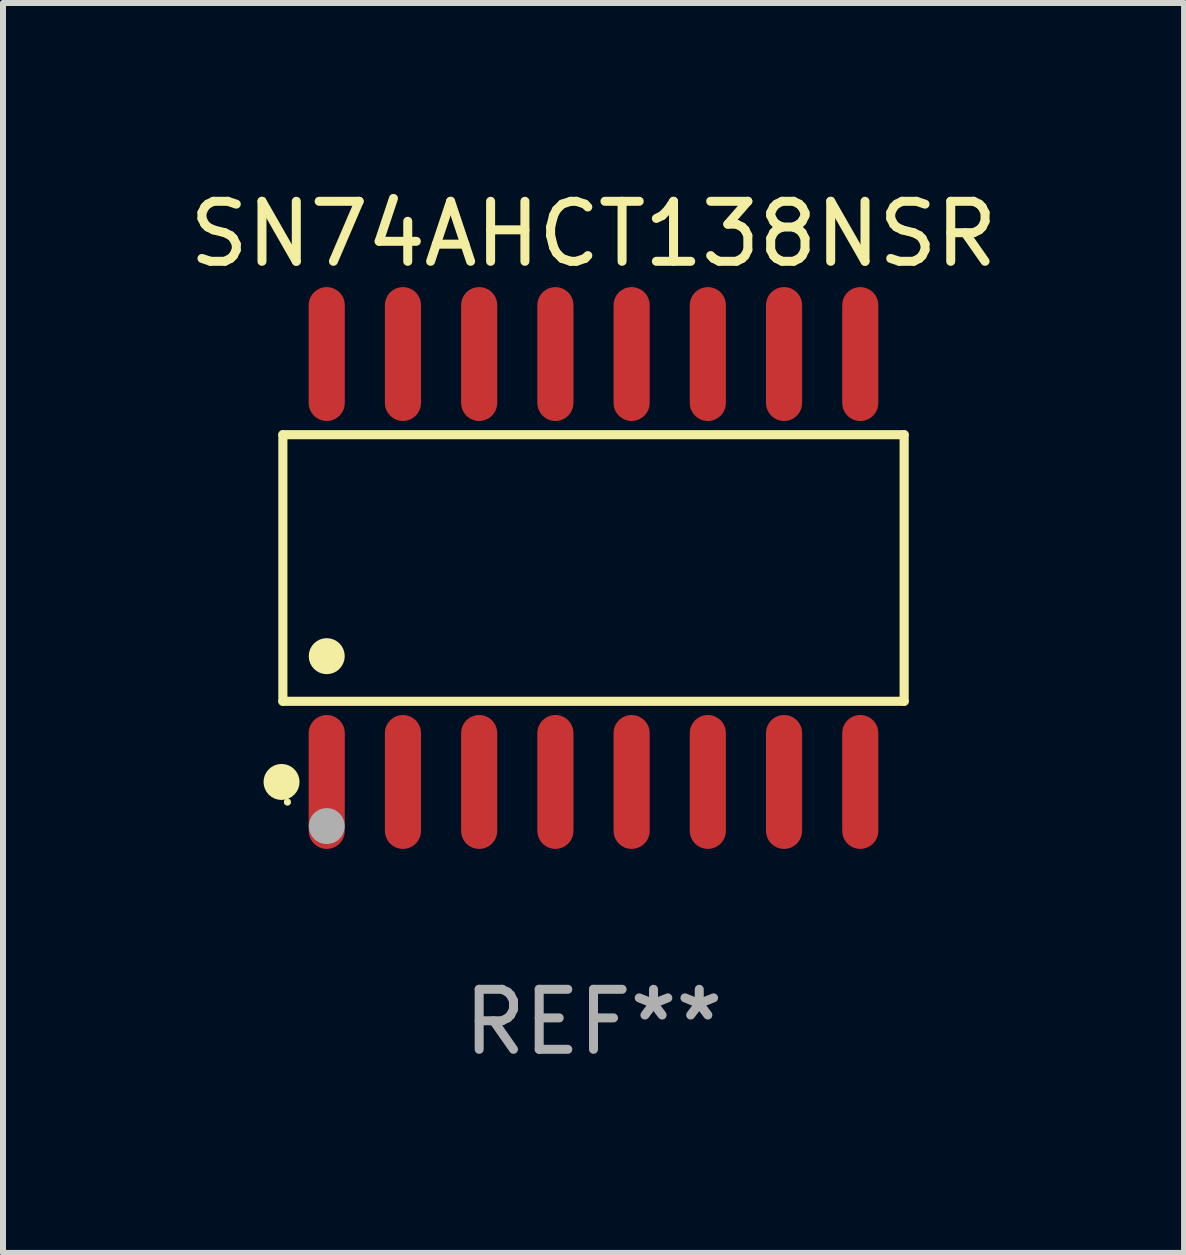
<source format=kicad_pcb>
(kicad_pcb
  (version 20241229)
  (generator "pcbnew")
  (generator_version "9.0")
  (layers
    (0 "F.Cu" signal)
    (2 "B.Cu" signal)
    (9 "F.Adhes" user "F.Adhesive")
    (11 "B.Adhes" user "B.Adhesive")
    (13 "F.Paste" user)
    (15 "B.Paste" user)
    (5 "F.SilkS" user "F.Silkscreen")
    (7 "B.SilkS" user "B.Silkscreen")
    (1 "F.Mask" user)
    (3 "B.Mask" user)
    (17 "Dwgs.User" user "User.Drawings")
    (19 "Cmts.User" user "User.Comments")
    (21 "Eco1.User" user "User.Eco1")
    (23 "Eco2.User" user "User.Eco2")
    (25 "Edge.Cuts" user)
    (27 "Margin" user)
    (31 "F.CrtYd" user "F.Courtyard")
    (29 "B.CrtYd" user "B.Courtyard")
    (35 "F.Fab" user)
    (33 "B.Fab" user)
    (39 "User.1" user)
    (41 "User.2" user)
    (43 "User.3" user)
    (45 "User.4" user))
  (footprint "SN74AHCT138NSR"
    (layer "F.Cu")
    (at 6.839 6.414)
    (property "Reference" "SN74AHCT138NSR" (at 0 -5.565 0) (layer "F.SilkS") (effects (font (size 1 1) (thickness 0.15))))
    (attr through_hole)
    (fp_line (start -5.176 -2.221) (end 5.176 -2.221) (stroke (width 0.152) (type solid)) (layer "F.SilkS"))
    (fp_line (start -5.176 2.221) (end -5.176 -2.221) (stroke (width 0.152) (type solid)) (layer "F.SilkS"))
    (fp_line (start 5.176 -2.221) (end 5.176 2.221) (stroke (width 0.152) (type solid)) (layer "F.SilkS"))
    (fp_line (start 5.176 2.221) (end -5.176 2.221) (stroke (width 0.152) (type solid)) (layer "F.SilkS"))
    (fp_circle (center -5.198 3.565) (end -5.048 3.565) (stroke (width 0.3) (type solid)) (fill no) (layer "F.SilkS"))
    (fp_circle (center -5.1 3.9) (end -5.07 3.9) (stroke (width 0.06) (type solid)) (fill no) (layer "F.SilkS"))
    (fp_circle (center -4.445 1.469) (end -4.295 1.469) (stroke (width 0.3) (type solid)) (fill no) (layer "F.SilkS"))
    (fp_circle (center -4.445 4.3) (end -4.295 4.3) (stroke (width 0.3) (type solid)) (fill no) (layer "F.Fab"))
    (fp_text user "REF**" (at 0 7.565 0) (layer "F.Fab") (effects (font (size 1 1) (thickness 0.15))))
    (pad "1" smd oval (at -4.445 3.565) (size 0.602 2.231) (layers "F.Cu" "F.Mask" "F.Paste"))
    (pad "2" smd oval (at -3.175 3.565) (size 0.602 2.231) (layers "F.Cu" "F.Mask" "F.Paste"))
    (pad "3" smd oval (at -1.905 3.565) (size 0.602 2.231) (layers "F.Cu" "F.Mask" "F.Paste"))
    (pad "4" smd oval (at -0.635 3.565) (size 0.602 2.231) (layers "F.Cu" "F.Mask" "F.Paste"))
    (pad "5" smd oval (at 0.635 3.565) (size 0.602 2.231) (layers "F.Cu" "F.Mask" "F.Paste"))
    (pad "6" smd oval (at 1.905 3.565) (size 0.602 2.231) (layers "F.Cu" "F.Mask" "F.Paste"))
    (pad "7" smd oval (at 3.175 3.565) (size 0.602 2.231) (layers "F.Cu" "F.Mask" "F.Paste"))
    (pad "8" smd oval (at 4.445 3.565) (size 0.602 2.231) (layers "F.Cu" "F.Mask" "F.Paste"))
    (pad "9" smd oval (at 4.445 -3.565) (size 0.602 2.231) (layers "F.Cu" "F.Mask" "F.Paste"))
    (pad "10" smd oval (at 3.175 -3.565) (size 0.602 2.231) (layers "F.Cu" "F.Mask" "F.Paste"))
    (pad "11" smd oval (at 1.905 -3.565) (size 0.602 2.231) (layers "F.Cu" "F.Mask" "F.Paste"))
    (pad "12" smd oval (at 0.635 -3.565) (size 0.602 2.231) (layers "F.Cu" "F.Mask" "F.Paste"))
    (pad "13" smd oval (at -0.635 -3.565) (size 0.602 2.231) (layers "F.Cu" "F.Mask" "F.Paste"))
    (pad "14" smd oval (at -1.905 -3.565) (size 0.602 2.231) (layers "F.Cu" "F.Mask" "F.Paste"))
    (pad "15" smd oval (at -3.175 -3.565) (size 0.602 2.231) (layers "F.Cu" "F.Mask" "F.Paste"))
    (pad "16" smd oval (at -4.445 -3.565) (size 0.602 2.231) (layers "F.Cu" "F.Mask" "F.Paste")))
  (gr_rect
    (start -3 -3)
    (end 16.679 17.827)
    (stroke (width 0.1) (type default))
    (fill no)
    (layer "Edge.Cuts")))
</source>
